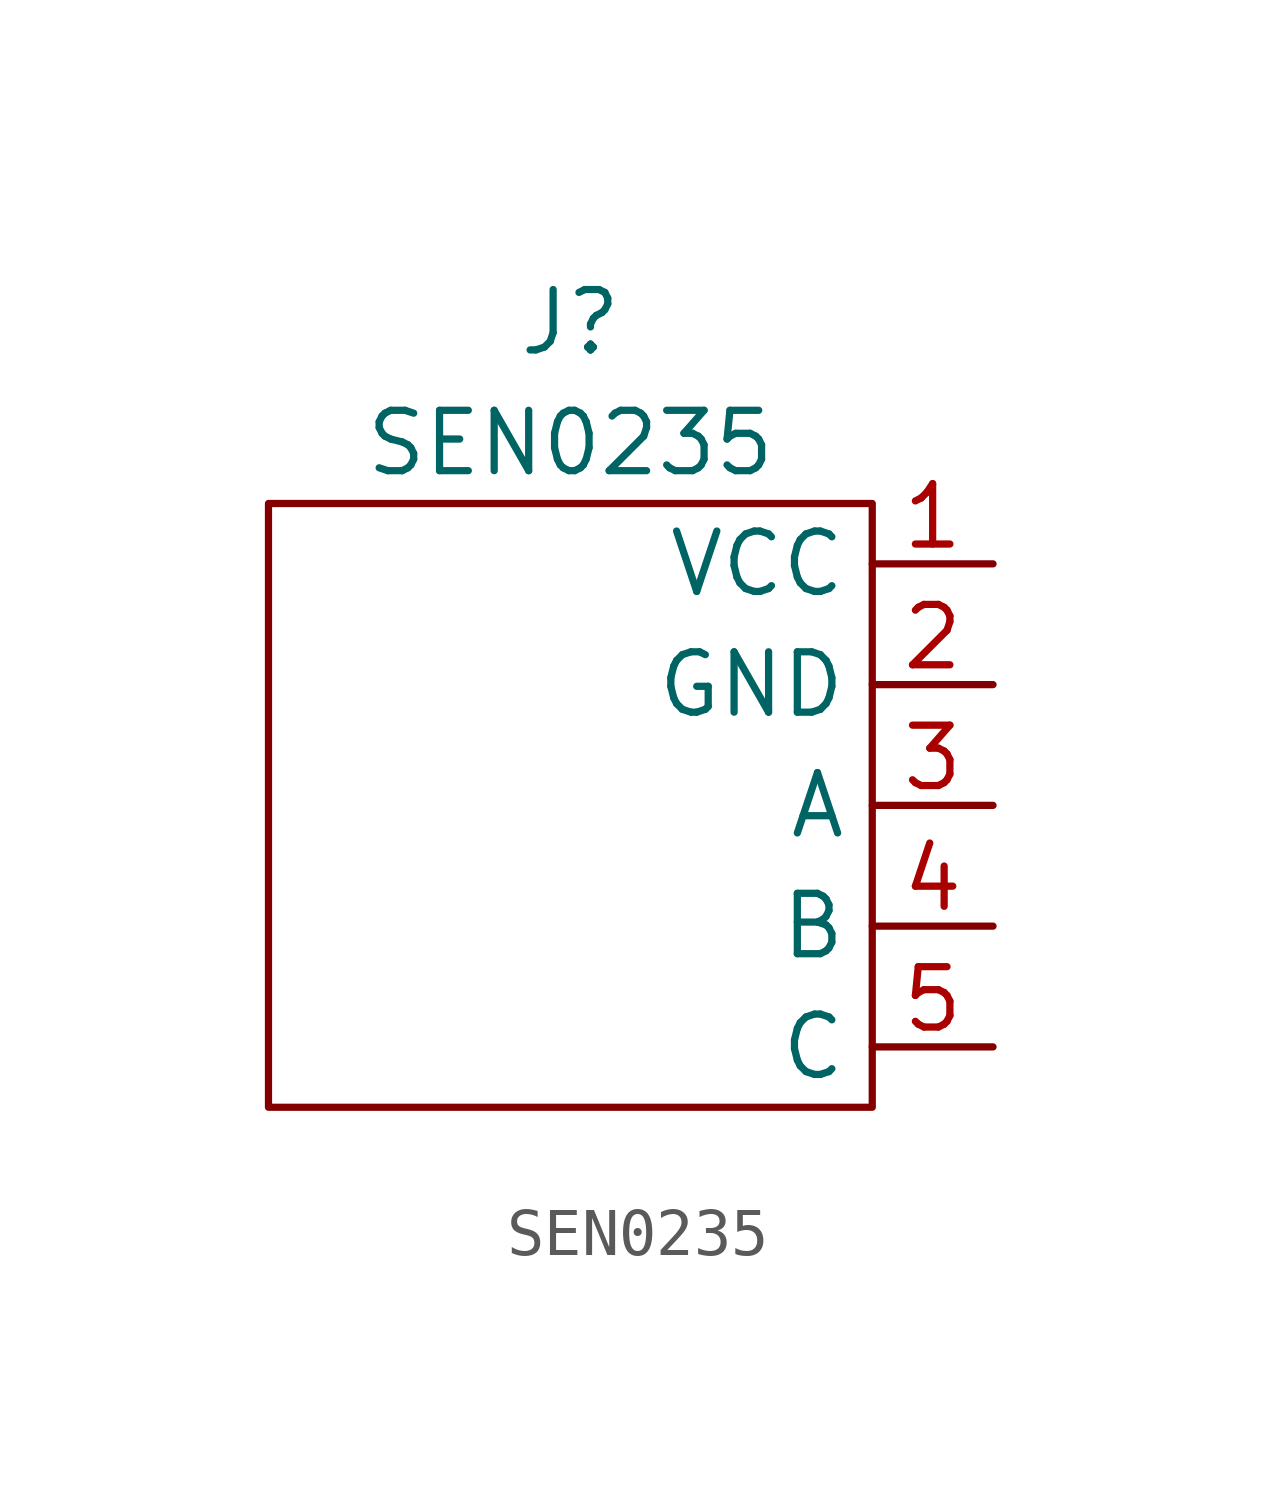
<source format=kicad_sym>
(kicad_symbol_lib
  (version 20211014)
  (generator kicad_symbol_editor)
  (symbol "SEN0235"
    (property "Reference" "J"
      (at 0 12.7 0)
      (effects (font (size 1.27 1.27))))
    (property "Value" "SEN0235"
      (at 0 10.16 0)
      (effects (font (size 1.27 1.27))))
    (symbol "SEN0235_0_1"
      (rectangle (start -6.35 8.89) (end 6.35 -3.81) (stroke (width 0.152) (type default) (color 0 0 0 0)) (fill (type none))))
    (symbol "SEN0235_1_1"
      (pin power_in line (at 8.89 7.62 180) (length 2.54) (name "VCC" (effects (font (size 1.27 1.27)))) (number "1" (effects (font (size 1.27 1.27)))))
      (pin power_in line (at 8.89 5.08 180) (length 2.54) (name "GND" (effects (font (size 1.27 1.27)))) (number "2" (effects (font (size 1.27 1.27)))))
      (pin output line (at 8.89 2.54 180) (length 2.54) (name "A" (effects (font (size 1.27 1.27)))) (number "3" (effects (font (size 1.27 1.27)))))
      (pin output line (at 8.89 0 180) (length 2.54) (name "B" (effects (font (size 1.27 1.27)))) (number "4" (effects (font (size 1.27 1.27)))))
      (pin output line (at 8.89 -2.54 180) (length 2.54) (name "C" (effects (font (size 1.27 1.27)))) (number "5" (effects (font (size 1.27 1.27))))))))
</source>
